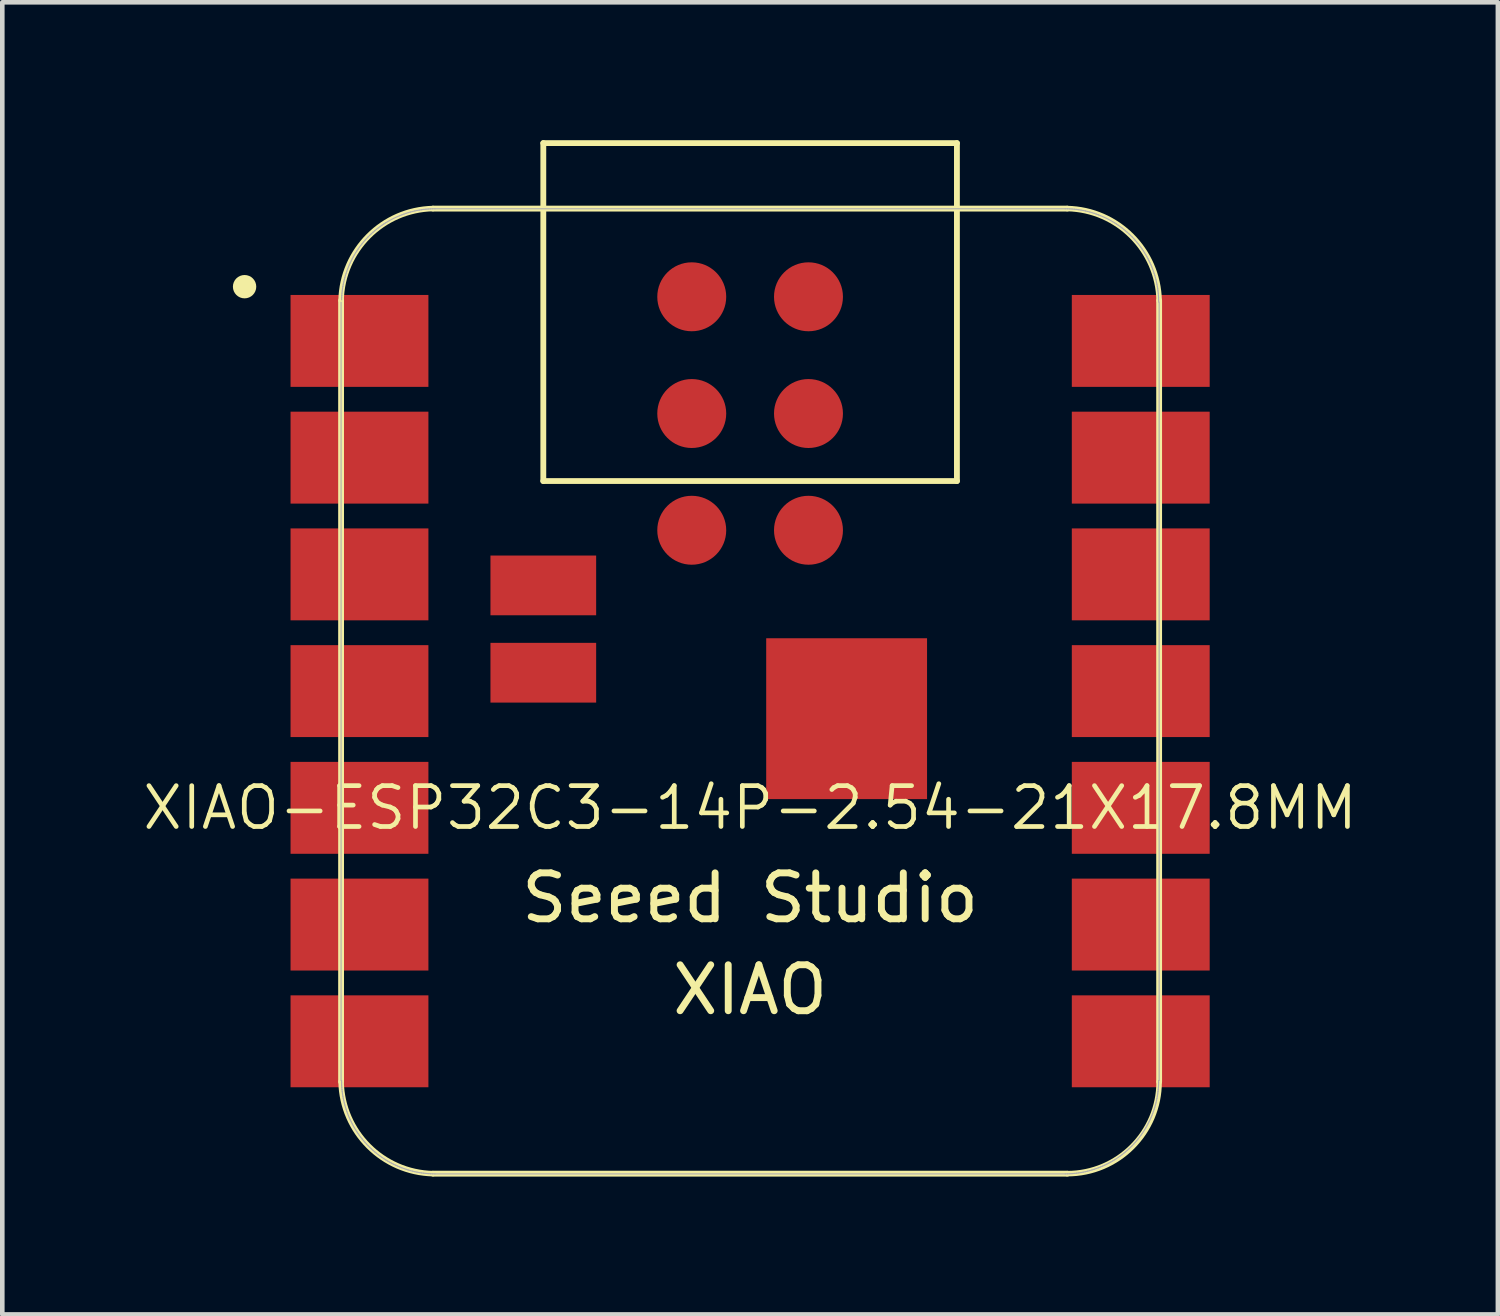
<source format=kicad_pcb>
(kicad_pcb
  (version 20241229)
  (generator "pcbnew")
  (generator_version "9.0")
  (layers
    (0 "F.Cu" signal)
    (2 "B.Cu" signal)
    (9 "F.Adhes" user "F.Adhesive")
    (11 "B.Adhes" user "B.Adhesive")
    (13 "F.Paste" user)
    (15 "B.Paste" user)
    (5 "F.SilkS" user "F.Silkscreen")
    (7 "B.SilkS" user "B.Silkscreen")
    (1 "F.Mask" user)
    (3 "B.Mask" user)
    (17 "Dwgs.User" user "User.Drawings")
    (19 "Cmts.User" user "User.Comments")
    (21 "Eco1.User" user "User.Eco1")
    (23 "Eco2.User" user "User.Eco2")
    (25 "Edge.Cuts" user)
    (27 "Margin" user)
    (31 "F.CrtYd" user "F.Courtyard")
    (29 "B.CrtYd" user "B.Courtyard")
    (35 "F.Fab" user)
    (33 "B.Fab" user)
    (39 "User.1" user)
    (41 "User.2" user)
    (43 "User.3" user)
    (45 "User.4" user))
  (footprint "XIAO-ESP32C3-14P-2.54-21X17.8MM"
    (layer "F.Cu")
    (at 13.272 11.988)
    (property "Reference" "XIAO-ESP32C3-14P-2.54-21X17.8MM" (at 0 2.54 0) (layer "F.SilkS") (effects (font (size 0.889 0.889) (thickness 0.102))))
    (attr smd)
    (fp_line (start -8.9 -8.5) (end -8.9 8.5) (stroke (width 0.127) (type solid)) (layer "F.SilkS"))
    (fp_line (start -6.9 10.5) (end 6.9 10.5) (stroke (width 0.127) (type solid)) (layer "F.SilkS"))
    (fp_line (start -4.5 -11.924) (end 4.5 -11.924) (stroke (width 0.127) (type solid)) (layer "F.SilkS"))
    (fp_line (start -4.5 -4.571) (end -4.5 -11.924) (stroke (width 0.127) (type solid)) (layer "F.SilkS"))
    (fp_line (start 4.5 -11.924) (end 4.5 -4.571) (stroke (width 0.127) (type solid)) (layer "F.SilkS"))
    (fp_line (start 4.5 -4.571) (end -4.5 -4.571) (stroke (width 0.127) (type solid)) (layer "F.SilkS"))
    (fp_line (start 6.9 -10.499) (end -6.9 -10.499) (stroke (width 0.127) (type solid)) (layer "F.SilkS"))
    (fp_line (start 8.9 8.5) (end 8.9 -8.5) (stroke (width 0.127) (type solid)) (layer "F.SilkS"))
    (fp_arc (start -8.9 -8.5) (mid -8.301491 -9.901491) (end -6.9 -10.5) (stroke (width 0.12) (type solid)) (layer "F.SilkS"))
    (fp_arc (start -6.9 10.5) (mid -8.301423 9.901423) (end -8.9 8.5) (stroke (width 0.12) (type solid)) (layer "F.SilkS"))
    (fp_arc (start 6.9 -10.5) (mid 8.301491 -9.901491) (end 8.9 -8.5) (stroke (width 0.12) (type solid)) (layer "F.SilkS"))
    (fp_arc (start 8.9 8.5) (mid 8.314214 9.914214) (end 6.9 10.5) (stroke (width 0.12) (type solid)) (layer "F.SilkS"))
    (fp_circle (center -11 -8.8) (end -11 -9.054) (stroke (width 0) (type solid)) (fill yes) (layer "F.SilkS"))
    (fp_poly (pts (xy -8.888 -8.562) (xy -8.885 -8.61) (xy -8.881 -8.659)) (stroke (width 0.025) (type solid)) (fill no) (layer "F.SilkS"))
    (fp_poly (pts (xy 8.889 8.522) (xy 8.888 8.571) (xy 8.885 8.62) (xy 8.881 8.669) (xy 8.875 8.717) (xy 8.869 8.766) (xy 8.861 8.815) (xy 8.852 8.863) (xy 8.842 8.911)) (stroke (width 0.025) (type solid)) (fill no) (layer "F.SilkS"))
    (fp_line (start -8.9 -8.463) (end -8.9 8.473) (stroke (width 0.025) (type solid)) (layer "F.Fab"))
    (fp_line (start -8.89 8.473) (end -8.889 8.522) (stroke (width 0.025) (type solid)) (layer "F.Fab"))
    (fp_line (start -8.889 8.522) (end -8.888 8.571) (stroke (width 0.025) (type solid)) (layer "F.Fab"))
    (fp_line (start -8.888 -8.562) (end -8.889 -8.512) (stroke (width 0.025) (type solid)) (layer "F.Fab"))
    (fp_line (start -8.888 8.571) (end -8.885 8.62) (stroke (width 0.025) (type solid)) (layer "F.Fab"))
    (fp_line (start -8.885 -8.61) (end -8.888 -8.562) (stroke (width 0.025) (type solid)) (layer "F.Fab"))
    (fp_line (start -8.885 8.62) (end -8.881 8.669) (stroke (width 0.025) (type solid)) (layer "F.Fab"))
    (fp_line (start -8.881 -8.659) (end -8.885 -8.61) (stroke (width 0.025) (type solid)) (layer "F.Fab"))
    (fp_line (start -8.881 8.669) (end -8.875 8.717) (stroke (width 0.025) (type solid)) (layer "F.Fab"))
    (fp_line (start -8.875 -8.708) (end -8.881 -8.659) (stroke (width 0.025) (type solid)) (layer "F.Fab"))
    (fp_line (start -8.875 8.717) (end -8.869 8.766) (stroke (width 0.025) (type solid)) (layer "F.Fab"))
    (fp_line (start -8.869 -8.757) (end -8.875 -8.708) (stroke (width 0.025) (type solid)) (layer "F.Fab"))
    (fp_line (start -8.869 8.766) (end -8.861 8.815) (stroke (width 0.025) (type solid)) (layer "F.Fab"))
    (fp_line (start -8.861 -8.806) (end -8.869 -8.757) (stroke (width 0.025) (type solid)) (layer "F.Fab"))
    (fp_line (start -8.861 8.815) (end -8.852 8.863) (stroke (width 0.025) (type solid)) (layer "F.Fab"))
    (fp_line (start -8.852 -8.854) (end -8.861 -8.806) (stroke (width 0.025) (type solid)) (layer "F.Fab"))
    (fp_line (start -8.852 8.863) (end -8.842 8.911) (stroke (width 0.025) (type solid)) (layer "F.Fab"))
    (fp_line (start -8.842 -8.902) (end -8.852 -8.854) (stroke (width 0.025) (type solid)) (layer "F.Fab"))
    (fp_line (start -8.842 8.911) (end -8.831 8.959) (stroke (width 0.025) (type solid)) (layer "F.Fab"))
    (fp_line (start -8.831 -8.95) (end -8.842 -8.902) (stroke (width 0.025) (type solid)) (layer "F.Fab"))
    (fp_line (start -8.831 8.959) (end -8.819 9.006) (stroke (width 0.025) (type solid)) (layer "F.Fab"))
    (fp_line (start -8.819 -8.997) (end -8.831 -8.95) (stroke (width 0.025) (type solid)) (layer "F.Fab"))
    (fp_line (start -8.819 9.006) (end -8.805 9.054) (stroke (width 0.025) (type solid)) (layer "F.Fab"))
    (fp_line (start -8.805 -9.045) (end -8.819 -8.997) (stroke (width 0.025) (type solid)) (layer "F.Fab"))
    (fp_line (start -8.805 9.054) (end -8.79 9.1) (stroke (width 0.025) (type solid)) (layer "F.Fab"))
    (fp_line (start -8.79 -9.091) (end -8.805 -9.045) (stroke (width 0.025) (type solid)) (layer "F.Fab"))
    (fp_line (start -8.79 9.1) (end -8.775 9.147) (stroke (width 0.025) (type solid)) (layer "F.Fab"))
    (fp_line (start -8.775 -9.138) (end -8.79 -9.091) (stroke (width 0.025) (type solid)) (layer "F.Fab"))
    (fp_line (start -8.775 9.147) (end -8.758 9.193) (stroke (width 0.025) (type solid)) (layer "F.Fab"))
    (fp_line (start -8.758 -9.184) (end -8.775 -9.138) (stroke (width 0.025) (type solid)) (layer "F.Fab"))
    (fp_line (start -8.758 9.193) (end -8.74 9.239) (stroke (width 0.025) (type solid)) (layer "F.Fab"))
    (fp_line (start -8.74 -9.23) (end -8.758 -9.184) (stroke (width 0.025) (type solid)) (layer "F.Fab"))
    (fp_line (start -8.74 9.239) (end -8.721 9.284) (stroke (width 0.025) (type solid)) (layer "F.Fab"))
    (fp_line (start -8.721 -9.275) (end -8.74 -9.23) (stroke (width 0.025) (type solid)) (layer "F.Fab"))
    (fp_line (start -8.721 9.284) (end -8.701 9.329) (stroke (width 0.025) (type solid)) (layer "F.Fab"))
    (fp_line (start -8.701 -9.32) (end -8.721 -9.275) (stroke (width 0.025) (type solid)) (layer "F.Fab"))
    (fp_line (start -8.701 9.329) (end -8.679 9.373) (stroke (width 0.025) (type solid)) (layer "F.Fab"))
    (fp_line (start -8.679 -9.364) (end -8.701 -9.32) (stroke (width 0.025) (type solid)) (layer "F.Fab"))
    (fp_line (start -8.679 9.373) (end -8.657 9.417) (stroke (width 0.025) (type solid)) (layer "F.Fab"))
    (fp_line (start -8.657 -9.408) (end -8.679 -9.364) (stroke (width 0.025) (type solid)) (layer "F.Fab"))
    (fp_line (start -8.657 9.417) (end -8.634 9.46) (stroke (width 0.025) (type solid)) (layer "F.Fab"))
    (fp_line (start -8.634 -9.451) (end -8.657 -9.408) (stroke (width 0.025) (type solid)) (layer "F.Fab"))
    (fp_line (start -8.634 9.46) (end -8.61 9.503) (stroke (width 0.025) (type solid)) (layer "F.Fab"))
    (fp_line (start -8.61 -9.494) (end -8.634 -9.451) (stroke (width 0.025) (type solid)) (layer "F.Fab"))
    (fp_line (start -8.61 9.503) (end -8.584 9.545) (stroke (width 0.025) (type solid)) (layer "F.Fab"))
    (fp_line (start -8.584 -9.536) (end -8.61 -9.494) (stroke (width 0.025) (type solid)) (layer "F.Fab"))
    (fp_line (start -8.584 9.545) (end -8.558 9.586) (stroke (width 0.025) (type solid)) (layer "F.Fab"))
    (fp_line (start -8.558 -9.577) (end -8.584 -9.536) (stroke (width 0.025) (type solid)) (layer "F.Fab"))
    (fp_line (start -8.558 9.586) (end -8.53 9.627) (stroke (width 0.025) (type solid)) (layer "F.Fab"))
    (fp_line (start -8.53 -9.618) (end -8.558 -9.577) (stroke (width 0.025) (type solid)) (layer "F.Fab"))
    (fp_line (start -8.53 9.627) (end -8.502 9.667) (stroke (width 0.025) (type solid)) (layer "F.Fab"))
    (fp_line (start -8.502 -9.658) (end -8.53 -9.618) (stroke (width 0.025) (type solid)) (layer "F.Fab"))
    (fp_line (start -8.502 9.667) (end -8.473 9.706) (stroke (width 0.025) (type solid)) (layer "F.Fab"))
    (fp_line (start -8.473 -9.697) (end -8.502 -9.658) (stroke (width 0.025) (type solid)) (layer "F.Fab"))
    (fp_line (start -8.473 9.706) (end -8.442 9.745) (stroke (width 0.025) (type solid)) (layer "F.Fab"))
    (fp_line (start -8.442 -9.736) (end -8.473 -9.697) (stroke (width 0.025) (type solid)) (layer "F.Fab"))
    (fp_line (start -8.442 9.745) (end -8.411 9.783) (stroke (width 0.025) (type solid)) (layer "F.Fab"))
    (fp_line (start -8.411 -9.774) (end -8.442 -9.736) (stroke (width 0.025) (type solid)) (layer "F.Fab"))
    (fp_line (start -8.411 9.783) (end -8.379 9.82) (stroke (width 0.025) (type solid)) (layer "F.Fab"))
    (fp_line (start -8.379 -9.811) (end -8.411 -9.774) (stroke (width 0.025) (type solid)) (layer "F.Fab"))
    (fp_line (start -8.379 9.82) (end -8.346 9.856) (stroke (width 0.025) (type solid)) (layer "F.Fab"))
    (fp_line (start -8.346 -9.847) (end -8.379 -9.811) (stroke (width 0.025) (type solid)) (layer "F.Fab"))
    (fp_line (start -8.346 9.856) (end -8.312 9.892) (stroke (width 0.025) (type solid)) (layer "F.Fab"))
    (fp_line (start -8.312 -9.883) (end -8.346 -9.847) (stroke (width 0.025) (type solid)) (layer "F.Fab"))
    (fp_line (start -8.312 9.892) (end -8.277 9.927) (stroke (width 0.025) (type solid)) (layer "F.Fab"))
    (fp_line (start -8.277 -9.918) (end -8.312 -9.883) (stroke (width 0.025) (type solid)) (layer "F.Fab"))
    (fp_line (start -8.277 9.927) (end -8.242 9.96) (stroke (width 0.025) (type solid)) (layer "F.Fab"))
    (fp_line (start -8.242 -9.951) (end -8.277 -9.918) (stroke (width 0.025) (type solid)) (layer "F.Fab"))
    (fp_line (start -8.242 9.96) (end -8.205 9.994) (stroke (width 0.025) (type solid)) (layer "F.Fab"))
    (fp_line (start -8.205 -9.984) (end -8.242 -9.951) (stroke (width 0.025) (type solid)) (layer "F.Fab"))
    (fp_line (start -8.205 9.994) (end -8.168 10.026) (stroke (width 0.025) (type solid)) (layer "F.Fab"))
    (fp_line (start -8.168 -10.017) (end -8.205 -9.984) (stroke (width 0.025) (type solid)) (layer "F.Fab"))
    (fp_line (start -8.168 10.026) (end -8.13 10.057) (stroke (width 0.025) (type solid)) (layer "F.Fab"))
    (fp_line (start -8.13 -10.048) (end -8.168 -10.017) (stroke (width 0.025) (type solid)) (layer "F.Fab"))
    (fp_line (start -8.13 10.057) (end -8.092 10.087) (stroke (width 0.025) (type solid)) (layer "F.Fab"))
    (fp_line (start -8.092 -10.078) (end -8.13 -10.048) (stroke (width 0.025) (type solid)) (layer "F.Fab"))
    (fp_line (start -8.092 10.087) (end -8.052 10.116) (stroke (width 0.025) (type solid)) (layer "F.Fab"))
    (fp_line (start -8.052 -10.107) (end -8.092 -10.078) (stroke (width 0.025) (type solid)) (layer "F.Fab"))
    (fp_line (start -8.052 10.116) (end -8.012 10.145) (stroke (width 0.025) (type solid)) (layer "F.Fab"))
    (fp_line (start -8.012 -10.136) (end -8.052 -10.107) (stroke (width 0.025) (type solid)) (layer "F.Fab"))
    (fp_line (start -8.012 10.145) (end -7.972 10.172) (stroke (width 0.025) (type solid)) (layer "F.Fab"))
    (fp_line (start -7.972 -10.163) (end -8.012 -10.136) (stroke (width 0.025) (type solid)) (layer "F.Fab"))
    (fp_line (start -7.972 10.172) (end -7.93 10.199) (stroke (width 0.025) (type solid)) (layer "F.Fab"))
    (fp_line (start -7.93 -10.19) (end -7.972 -10.163) (stroke (width 0.025) (type solid)) (layer "F.Fab"))
    (fp_line (start -7.93 10.199) (end -7.888 10.224) (stroke (width 0.025) (type solid)) (layer "F.Fab"))
    (fp_line (start -7.888 -10.215) (end -7.93 -10.19) (stroke (width 0.025) (type solid)) (layer "F.Fab"))
    (fp_line (start -7.888 10.224) (end -7.846 10.249) (stroke (width 0.025) (type solid)) (layer "F.Fab"))
    (fp_line (start -7.846 -10.239) (end -7.888 -10.215) (stroke (width 0.025) (type solid)) (layer "F.Fab"))
    (fp_line (start -7.846 10.249) (end -7.802 10.272) (stroke (width 0.025) (type solid)) (layer "F.Fab"))
    (fp_line (start -7.802 -10.263) (end -7.846 -10.239) (stroke (width 0.025) (type solid)) (layer "F.Fab"))
    (fp_line (start -7.802 10.272) (end -7.759 10.294) (stroke (width 0.025) (type solid)) (layer "F.Fab"))
    (fp_line (start -7.759 -10.285) (end -7.802 -10.263) (stroke (width 0.025) (type solid)) (layer "F.Fab"))
    (fp_line (start -7.759 10.294) (end -7.714 10.315) (stroke (width 0.025) (type solid)) (layer "F.Fab"))
    (fp_line (start -7.714 -10.306) (end -7.759 -10.285) (stroke (width 0.025) (type solid)) (layer "F.Fab"))
    (fp_line (start -7.714 10.315) (end -7.67 10.335) (stroke (width 0.025) (type solid)) (layer "F.Fab"))
    (fp_line (start -7.67 -10.326) (end -7.714 -10.306) (stroke (width 0.025) (type solid)) (layer "F.Fab"))
    (fp_line (start -7.67 10.335) (end -7.624 10.354) (stroke (width 0.025) (type solid)) (layer "F.Fab"))
    (fp_line (start -7.624 -10.345) (end -7.67 -10.326) (stroke (width 0.025) (type solid)) (layer "F.Fab"))
    (fp_line (start -7.624 10.354) (end -7.579 10.372) (stroke (width 0.025) (type solid)) (layer "F.Fab"))
    (fp_line (start -7.579 -10.363) (end -7.624 -10.345) (stroke (width 0.025) (type solid)) (layer "F.Fab"))
    (fp_line (start -7.579 10.372) (end -7.532 10.389) (stroke (width 0.025) (type solid)) (layer "F.Fab"))
    (fp_line (start -7.532 -10.38) (end -7.579 -10.363) (stroke (width 0.025) (type solid)) (layer "F.Fab"))
    (fp_line (start -7.532 10.389) (end -7.486 10.405) (stroke (width 0.025) (type solid)) (layer "F.Fab"))
    (fp_line (start -7.486 -10.396) (end -7.532 -10.38) (stroke (width 0.025) (type solid)) (layer "F.Fab"))
    (fp_line (start -7.486 10.405) (end -7.439 10.42) (stroke (width 0.025) (type solid)) (layer "F.Fab"))
    (fp_line (start -7.439 -10.411) (end -7.486 -10.396) (stroke (width 0.025) (type solid)) (layer "F.Fab"))
    (fp_line (start -7.439 10.42) (end -7.392 10.433) (stroke (width 0.025) (type solid)) (layer "F.Fab"))
    (fp_line (start -7.392 -10.424) (end -7.439 -10.411) (stroke (width 0.025) (type solid)) (layer "F.Fab"))
    (fp_line (start -7.392 10.433) (end -7.344 10.446) (stroke (width 0.025) (type solid)) (layer "F.Fab"))
    (fp_line (start -7.344 -10.436) (end -7.392 -10.424) (stroke (width 0.025) (type solid)) (layer "F.Fab"))
    (fp_line (start -7.344 10.446) (end -7.296 10.457) (stroke (width 0.025) (type solid)) (layer "F.Fab"))
    (fp_line (start -7.296 -10.448) (end -7.344 -10.436) (stroke (width 0.025) (type solid)) (layer "F.Fab"))
    (fp_line (start -7.296 10.457) (end -7.248 10.467) (stroke (width 0.025) (type solid)) (layer "F.Fab"))
    (fp_line (start -7.248 -10.458) (end -7.296 -10.448) (stroke (width 0.025) (type solid)) (layer "F.Fab"))
    (fp_line (start -7.248 10.467) (end -7.2 10.476) (stroke (width 0.025) (type solid)) (layer "F.Fab"))
    (fp_line (start -7.2 -10.466) (end -7.248 -10.458) (stroke (width 0.025) (type solid)) (layer "F.Fab"))
    (fp_line (start -7.2 10.476) (end -7.152 10.483) (stroke (width 0.025) (type solid)) (layer "F.Fab"))
    (fp_line (start -7.152 -10.474) (end -7.2 -10.466) (stroke (width 0.025) (type solid)) (layer "F.Fab"))
    (fp_line (start -7.152 10.483) (end -7.103 10.49) (stroke (width 0.025) (type solid)) (layer "F.Fab"))
    (fp_line (start -7.103 -10.481) (end -7.152 -10.474) (stroke (width 0.025) (type solid)) (layer "F.Fab"))
    (fp_line (start -7.103 10.49) (end -7.054 10.495) (stroke (width 0.025) (type solid)) (layer "F.Fab"))
    (fp_line (start -7.054 -10.486) (end -7.103 -10.481) (stroke (width 0.025) (type solid)) (layer "F.Fab"))
    (fp_line (start -7.054 10.495) (end -7.005 10.499) (stroke (width 0.025) (type solid)) (layer "F.Fab"))
    (fp_line (start -7.005 -10.49) (end -7.054 -10.486) (stroke (width 0.025) (type solid)) (layer "F.Fab"))
    (fp_line (start -7.005 10.499) (end -6.956 10.502) (stroke (width 0.025) (type solid)) (layer "F.Fab"))
    (fp_line (start -6.956 -10.493) (end -7.005 -10.49) (stroke (width 0.025) (type solid)) (layer "F.Fab"))
    (fp_line (start -6.956 10.502) (end -6.907 10.504) (stroke (width 0.025) (type solid)) (layer "F.Fab"))
    (fp_line (start -6.907 -10.495) (end -6.956 -10.493) (stroke (width 0.025) (type solid)) (layer "F.Fab"))
    (fp_line (start -6.907 10.504) (end -6.858 10.505) (stroke (width 0.025) (type solid)) (layer "F.Fab"))
    (fp_line (start -6.858 -10.495) (end -6.907 -10.495) (stroke (width 0.025) (type solid)) (layer "F.Fab"))
    (fp_line (start -6.858 10.505) (end 6.858 10.505) (stroke (width 0.025) (type solid)) (layer "F.Fab"))
    (fp_line (start 6.858 -10.495) (end -6.858 -10.495) (stroke (width 0.025) (type solid)) (layer "F.Fab"))
    (fp_line (start 6.858 10.505) (end 6.907 10.504) (stroke (width 0.025) (type solid)) (layer "F.Fab"))
    (fp_line (start 6.907 -10.495) (end 6.858 -10.495) (stroke (width 0.025) (type solid)) (layer "F.Fab"))
    (fp_line (start 6.907 10.504) (end 6.956 10.502) (stroke (width 0.025) (type solid)) (layer "F.Fab"))
    (fp_line (start 6.956 -10.493) (end 6.907 -10.495) (stroke (width 0.025) (type solid)) (layer "F.Fab"))
    (fp_line (start 6.956 10.502) (end 7.005 10.499) (stroke (width 0.025) (type solid)) (layer "F.Fab"))
    (fp_line (start 7.005 -10.49) (end 6.956 -10.493) (stroke (width 0.025) (type solid)) (layer "F.Fab"))
    (fp_line (start 7.005 10.499) (end 7.054 10.495) (stroke (width 0.025) (type solid)) (layer "F.Fab"))
    (fp_line (start 7.054 -10.486) (end 7.005 -10.49) (stroke (width 0.025) (type solid)) (layer "F.Fab"))
    (fp_line (start 7.054 10.495) (end 7.103 10.49) (stroke (width 0.025) (type solid)) (layer "F.Fab"))
    (fp_line (start 7.103 -10.481) (end 7.054 -10.486) (stroke (width 0.025) (type solid)) (layer "F.Fab"))
    (fp_line (start 7.103 10.49) (end 7.152 10.483) (stroke (width 0.025) (type solid)) (layer "F.Fab"))
    (fp_line (start 7.152 -10.474) (end 7.103 -10.481) (stroke (width 0.025) (type solid)) (layer "F.Fab"))
    (fp_line (start 7.152 10.483) (end 7.2 10.476) (stroke (width 0.025) (type solid)) (layer "F.Fab"))
    (fp_line (start 7.2 -10.466) (end 7.152 -10.474) (stroke (width 0.025) (type solid)) (layer "F.Fab"))
    (fp_line (start 7.2 10.476) (end 7.248 10.467) (stroke (width 0.025) (type solid)) (layer "F.Fab"))
    (fp_line (start 7.248 -10.458) (end 7.2 -10.466) (stroke (width 0.025) (type solid)) (layer "F.Fab"))
    (fp_line (start 7.248 10.467) (end 7.296 10.457) (stroke (width 0.025) (type solid)) (layer "F.Fab"))
    (fp_line (start 7.296 -10.448) (end 7.248 -10.458) (stroke (width 0.025) (type solid)) (layer "F.Fab"))
    (fp_line (start 7.296 10.457) (end 7.344 10.446) (stroke (width 0.025) (type solid)) (layer "F.Fab"))
    (fp_line (start 7.344 -10.436) (end 7.296 -10.448) (stroke (width 0.025) (type solid)) (layer "F.Fab"))
    (fp_line (start 7.344 10.446) (end 7.392 10.433) (stroke (width 0.025) (type solid)) (layer "F.Fab"))
    (fp_line (start 7.392 -10.424) (end 7.344 -10.436) (stroke (width 0.025) (type solid)) (layer "F.Fab"))
    (fp_line (start 7.392 10.433) (end 7.439 10.42) (stroke (width 0.025) (type solid)) (layer "F.Fab"))
    (fp_line (start 7.439 -10.411) (end 7.392 -10.424) (stroke (width 0.025) (type solid)) (layer "F.Fab"))
    (fp_line (start 7.439 10.42) (end 7.486 10.405) (stroke (width 0.025) (type solid)) (layer "F.Fab"))
    (fp_line (start 7.486 -10.396) (end 7.439 -10.411) (stroke (width 0.025) (type solid)) (layer "F.Fab"))
    (fp_line (start 7.486 10.405) (end 7.532 10.389) (stroke (width 0.025) (type solid)) (layer "F.Fab"))
    (fp_line (start 7.532 -10.38) (end 7.486 -10.396) (stroke (width 0.025) (type solid)) (layer "F.Fab"))
    (fp_line (start 7.532 10.389) (end 7.579 10.372) (stroke (width 0.025) (type solid)) (layer "F.Fab"))
    (fp_line (start 7.579 -10.363) (end 7.532 -10.38) (stroke (width 0.025) (type solid)) (layer "F.Fab"))
    (fp_line (start 7.579 10.372) (end 7.624 10.354) (stroke (width 0.025) (type solid)) (layer "F.Fab"))
    (fp_line (start 7.624 -10.345) (end 7.579 -10.363) (stroke (width 0.025) (type solid)) (layer "F.Fab"))
    (fp_line (start 7.624 10.354) (end 7.67 10.335) (stroke (width 0.025) (type solid)) (layer "F.Fab"))
    (fp_line (start 7.67 -10.326) (end 7.624 -10.345) (stroke (width 0.025) (type solid)) (layer "F.Fab"))
    (fp_line (start 7.67 10.335) (end 7.714 10.315) (stroke (width 0.025) (type solid)) (layer "F.Fab"))
    (fp_line (start 7.714 -10.306) (end 7.67 -10.326) (stroke (width 0.025) (type solid)) (layer "F.Fab"))
    (fp_line (start 7.714 10.315) (end 7.759 10.294) (stroke (width 0.025) (type solid)) (layer "F.Fab"))
    (fp_line (start 7.759 -10.285) (end 7.714 -10.306) (stroke (width 0.025) (type solid)) (layer "F.Fab"))
    (fp_line (start 7.759 10.294) (end 7.802 10.272) (stroke (width 0.025) (type solid)) (layer "F.Fab"))
    (fp_line (start 7.802 -10.263) (end 7.759 -10.285) (stroke (width 0.025) (type solid)) (layer "F.Fab"))
    (fp_line (start 7.802 10.272) (end 7.846 10.249) (stroke (width 0.025) (type solid)) (layer "F.Fab"))
    (fp_line (start 7.846 -10.239) (end 7.802 -10.263) (stroke (width 0.025) (type solid)) (layer "F.Fab"))
    (fp_line (start 7.846 10.249) (end 7.888 10.224) (stroke (width 0.025) (type solid)) (layer "F.Fab"))
    (fp_line (start 7.888 -10.215) (end 7.846 -10.239) (stroke (width 0.025) (type solid)) (layer "F.Fab"))
    (fp_line (start 7.888 10.224) (end 7.93 10.199) (stroke (width 0.025) (type solid)) (layer "F.Fab"))
    (fp_line (start 7.93 -10.19) (end 7.888 -10.215) (stroke (width 0.025) (type solid)) (layer "F.Fab"))
    (fp_line (start 7.93 10.199) (end 7.972 10.172) (stroke (width 0.025) (type solid)) (layer "F.Fab"))
    (fp_line (start 7.972 -10.163) (end 7.93 -10.19) (stroke (width 0.025) (type solid)) (layer "F.Fab"))
    (fp_line (start 7.972 10.172) (end 8.012 10.145) (stroke (width 0.025) (type solid)) (layer "F.Fab"))
    (fp_line (start 8.012 -10.136) (end 7.972 -10.163) (stroke (width 0.025) (type solid)) (layer "F.Fab"))
    (fp_line (start 8.012 10.145) (end 8.052 10.116) (stroke (width 0.025) (type solid)) (layer "F.Fab"))
    (fp_line (start 8.052 -10.107) (end 8.012 -10.136) (stroke (width 0.025) (type solid)) (layer "F.Fab"))
    (fp_line (start 8.052 10.116) (end 8.092 10.087) (stroke (width 0.025) (type solid)) (layer "F.Fab"))
    (fp_line (start 8.092 -10.078) (end 8.052 -10.107) (stroke (width 0.025) (type solid)) (layer "F.Fab"))
    (fp_line (start 8.092 10.087) (end 8.13 10.057) (stroke (width 0.025) (type solid)) (layer "F.Fab"))
    (fp_line (start 8.13 -10.048) (end 8.092 -10.078) (stroke (width 0.025) (type solid)) (layer "F.Fab"))
    (fp_line (start 8.13 10.057) (end 8.168 10.026) (stroke (width 0.025) (type solid)) (layer "F.Fab"))
    (fp_line (start 8.168 -10.017) (end 8.13 -10.048) (stroke (width 0.025) (type solid)) (layer "F.Fab"))
    (fp_line (start 8.168 10.026) (end 8.205 9.994) (stroke (width 0.025) (type solid)) (layer "F.Fab"))
    (fp_line (start 8.205 -9.984) (end 8.168 -10.017) (stroke (width 0.025) (type solid)) (layer "F.Fab"))
    (fp_line (start 8.205 9.994) (end 8.242 9.96) (stroke (width 0.025) (type solid)) (layer "F.Fab"))
    (fp_line (start 8.242 -9.951) (end 8.205 -9.984) (stroke (width 0.025) (type solid)) (layer "F.Fab"))
    (fp_line (start 8.242 9.96) (end 8.277 9.927) (stroke (width 0.025) (type solid)) (layer "F.Fab"))
    (fp_line (start 8.277 -9.918) (end 8.242 -9.951) (stroke (width 0.025) (type solid)) (layer "F.Fab"))
    (fp_line (start 8.277 9.927) (end 8.312 9.892) (stroke (width 0.025) (type solid)) (layer "F.Fab"))
    (fp_line (start 8.312 -9.883) (end 8.277 -9.918) (stroke (width 0.025) (type solid)) (layer "F.Fab"))
    (fp_line (start 8.312 9.892) (end 8.346 9.856) (stroke (width 0.025) (type solid)) (layer "F.Fab"))
    (fp_line (start 8.346 -9.847) (end 8.312 -9.883) (stroke (width 0.025) (type solid)) (layer "F.Fab"))
    (fp_line (start 8.346 9.856) (end 8.379 9.82) (stroke (width 0.025) (type solid)) (layer "F.Fab"))
    (fp_line (start 8.379 -9.811) (end 8.346 -9.847) (stroke (width 0.025) (type solid)) (layer "F.Fab"))
    (fp_line (start 8.379 9.82) (end 8.411 9.783) (stroke (width 0.025) (type solid)) (layer "F.Fab"))
    (fp_line (start 8.411 -9.774) (end 8.379 -9.811) (stroke (width 0.025) (type solid)) (layer "F.Fab"))
    (fp_line (start 8.411 9.783) (end 8.442 9.745) (stroke (width 0.025) (type solid)) (layer "F.Fab"))
    (fp_line (start 8.442 -9.736) (end 8.411 -9.774) (stroke (width 0.025) (type solid)) (layer "F.Fab"))
    (fp_line (start 8.442 9.745) (end 8.473 9.706) (stroke (width 0.025) (type solid)) (layer "F.Fab"))
    (fp_line (start 8.473 -9.697) (end 8.442 -9.736) (stroke (width 0.025) (type solid)) (layer "F.Fab"))
    (fp_line (start 8.473 9.706) (end 8.502 9.667) (stroke (width 0.025) (type solid)) (layer "F.Fab"))
    (fp_line (start 8.502 -9.658) (end 8.473 -9.697) (stroke (width 0.025) (type solid)) (layer "F.Fab"))
    (fp_line (start 8.502 9.667) (end 8.53 9.627) (stroke (width 0.025) (type solid)) (layer "F.Fab"))
    (fp_line (start 8.53 -9.618) (end 8.502 -9.658) (stroke (width 0.025) (type solid)) (layer "F.Fab"))
    (fp_line (start 8.53 9.627) (end 8.558 9.586) (stroke (width 0.025) (type solid)) (layer "F.Fab"))
    (fp_line (start 8.558 -9.577) (end 8.53 -9.618) (stroke (width 0.025) (type solid)) (layer "F.Fab"))
    (fp_line (start 8.558 9.586) (end 8.584 9.545) (stroke (width 0.025) (type solid)) (layer "F.Fab"))
    (fp_line (start 8.584 -9.536) (end 8.558 -9.577) (stroke (width 0.025) (type solid)) (layer "F.Fab"))
    (fp_line (start 8.584 9.545) (end 8.61 9.503) (stroke (width 0.025) (type solid)) (layer "F.Fab"))
    (fp_line (start 8.61 -9.494) (end 8.584 -9.536) (stroke (width 0.025) (type solid)) (layer "F.Fab"))
    (fp_line (start 8.61 9.503) (end 8.634 9.46) (stroke (width 0.025) (type solid)) (layer "F.Fab"))
    (fp_line (start 8.634 -9.451) (end 8.61 -9.494) (stroke (width 0.025) (type solid)) (layer "F.Fab"))
    (fp_line (start 8.634 9.46) (end 8.657 9.417) (stroke (width 0.025) (type solid)) (layer "F.Fab"))
    (fp_line (start 8.657 -9.408) (end 8.634 -9.451) (stroke (width 0.025) (type solid)) (layer "F.Fab"))
    (fp_line (start 8.657 9.417) (end 8.679 9.373) (stroke (width 0.025) (type solid)) (layer "F.Fab"))
    (fp_line (start 8.679 -9.364) (end 8.657 -9.408) (stroke (width 0.025) (type solid)) (layer "F.Fab"))
    (fp_line (start 8.679 9.373) (end 8.701 9.329) (stroke (width 0.025) (type solid)) (layer "F.Fab"))
    (fp_line (start 8.701 -9.32) (end 8.679 -9.364) (stroke (width 0.025) (type solid)) (layer "F.Fab"))
    (fp_line (start 8.701 9.329) (end 8.721 9.284) (stroke (width 0.025) (type solid)) (layer "F.Fab"))
    (fp_line (start 8.721 -9.275) (end 8.701 -9.32) (stroke (width 0.025) (type solid)) (layer "F.Fab"))
    (fp_line (start 8.721 9.284) (end 8.74 9.239) (stroke (width 0.025) (type solid)) (layer "F.Fab"))
    (fp_line (start 8.74 -9.23) (end 8.721 -9.275) (stroke (width 0.025) (type solid)) (layer "F.Fab"))
    (fp_line (start 8.74 9.239) (end 8.758 9.193) (stroke (width 0.025) (type solid)) (layer "F.Fab"))
    (fp_line (start 8.758 -9.184) (end 8.74 -9.23) (stroke (width 0.025) (type solid)) (layer "F.Fab"))
    (fp_line (start 8.758 9.193) (end 8.775 9.147) (stroke (width 0.025) (type solid)) (layer "F.Fab"))
    (fp_line (start 8.775 -9.138) (end 8.758 -9.184) (stroke (width 0.025) (type solid)) (layer "F.Fab"))
    (fp_line (start 8.775 9.147) (end 8.79 9.1) (stroke (width 0.025) (type solid)) (layer "F.Fab"))
    (fp_line (start 8.79 -9.091) (end 8.775 -9.138) (stroke (width 0.025) (type solid)) (layer "F.Fab"))
    (fp_line (start 8.79 9.1) (end 8.805 9.054) (stroke (width 0.025) (type solid)) (layer "F.Fab"))
    (fp_line (start 8.805 -9.045) (end 8.79 -9.091) (stroke (width 0.025) (type solid)) (layer "F.Fab"))
    (fp_line (start 8.805 9.054) (end 8.819 9.006) (stroke (width 0.025) (type solid)) (layer "F.Fab"))
    (fp_line (start 8.819 -8.997) (end 8.805 -9.045) (stroke (width 0.025) (type solid)) (layer "F.Fab"))
    (fp_line (start 8.819 9.006) (end 8.831 8.959) (stroke (width 0.025) (type solid)) (layer "F.Fab"))
    (fp_line (start 8.831 -8.95) (end 8.819 -8.997) (stroke (width 0.025) (type solid)) (layer "F.Fab"))
    (fp_line (start 8.831 8.959) (end 8.842 8.911) (stroke (width 0.025) (type solid)) (layer "F.Fab"))
    (fp_line (start 8.842 -8.902) (end 8.831 -8.95) (stroke (width 0.025) (type solid)) (layer "F.Fab"))
    (fp_line (start 8.842 8.911) (end 8.852 8.863) (stroke (width 0.025) (type solid)) (layer "F.Fab"))
    (fp_line (start 8.852 -8.854) (end 8.842 -8.902) (stroke (width 0.025) (type solid)) (layer "F.Fab"))
    (fp_line (start 8.852 8.863) (end 8.861 8.815) (stroke (width 0.025) (type solid)) (layer "F.Fab"))
    (fp_line (start 8.861 -8.806) (end 8.852 -8.854) (stroke (width 0.025) (type solid)) (layer "F.Fab"))
    (fp_line (start 8.861 8.815) (end 8.869 8.766) (stroke (width 0.025) (type solid)) (layer "F.Fab"))
    (fp_line (start 8.869 -8.757) (end 8.861 -8.806) (stroke (width 0.025) (type solid)) (layer "F.Fab"))
    (fp_line (start 8.869 8.766) (end 8.875 8.717) (stroke (width 0.025) (type solid)) (layer "F.Fab"))
    (fp_line (start 8.875 -8.708) (end 8.869 -8.757) (stroke (width 0.025) (type solid)) (layer "F.Fab"))
    (fp_line (start 8.875 8.717) (end 8.881 8.669) (stroke (width 0.025) (type solid)) (layer "F.Fab"))
    (fp_line (start 8.881 -8.659) (end 8.875 -8.708) (stroke (width 0.025) (type solid)) (layer "F.Fab"))
    (fp_line (start 8.881 8.669) (end 8.885 8.62) (stroke (width 0.025) (type solid)) (layer "F.Fab"))
    (fp_line (start 8.885 -8.61) (end 8.881 -8.659) (stroke (width 0.025) (type solid)) (layer "F.Fab"))
    (fp_line (start 8.885 8.62) (end 8.888 8.571) (stroke (width 0.025) (type solid)) (layer "F.Fab"))
    (fp_line (start 8.888 -8.562) (end 8.885 -8.61) (stroke (width 0.025) (type solid)) (layer "F.Fab"))
    (fp_line (start 8.888 8.571) (end 8.889 8.522) (stroke (width 0.025) (type solid)) (layer "F.Fab"))
    (fp_line (start 8.889 -8.512) (end 8.888 -8.562) (stroke (width 0.025) (type solid)) (layer "F.Fab"))
    (fp_line (start 8.889 8.522) (end 8.89 8.473) (stroke (width 0.025) (type solid)) (layer "F.Fab"))
    (fp_line (start 8.89 -8.463) (end 8.889 -8.512) (stroke (width 0.025) (type solid)) (layer "F.Fab"))
    (fp_line (start 8.9 8.473) (end 8.9 -8.463) (stroke (width 0.025) (type solid)) (layer "F.Fab"))
    (fp_text user "Seeed Studio" (at 0 4.5 0) (unlocked yes) (layer "F.SilkS") (effects (font (size 1 1) (thickness 0.15))))
    (fp_text user "XIAO" (at 0 6.5 0) (unlocked yes) (layer "F.SilkS") (effects (font (size 1 1) (thickness 0.15))))
    (pad "1" smd rect (at -8.5 -7.62) (size 3 2) (layers "F.Cu" "F.Mask" "F.Paste"))
    (pad "2" smd rect (at -8.5 -5.08) (size 3 2) (layers "F.Cu" "F.Mask" "F.Paste"))
    (pad "3" smd rect (at -8.5 -2.54) (size 3 2) (layers "F.Cu" "F.Mask" "F.Paste"))
    (pad "4" smd rect (at -8.5 0) (size 3 2) (layers "F.Cu" "F.Mask" "F.Paste"))
    (pad "5" smd rect (at -8.5 2.54) (size 3 2) (layers "F.Cu" "F.Mask" "F.Paste"))
    (pad "6" smd rect (at -8.5 5.08 180) (size 3 2) (layers "F.Cu" "F.Mask" "F.Paste"))
    (pad "7" smd rect (at -8.5 7.62) (size 3 2) (layers "F.Cu" "F.Mask" "F.Paste"))
    (pad "8" smd rect (at 8.5 7.62) (size 3 2) (layers "F.Cu" "F.Mask" "F.Paste"))
    (pad "9" smd rect (at 8.5 5.08) (size 3 2) (layers "F.Cu" "F.Mask" "F.Paste"))
    (pad "10" smd rect (at 8.5 2.54) (size 3 2) (layers "F.Cu" "F.Mask" "F.Paste"))
    (pad "11" smd rect (at 8.5 0) (size 3 2) (layers "F.Cu" "F.Mask" "F.Paste"))
    (pad "12" smd rect (at 8.5 -2.54) (size 3 2) (layers "F.Cu" "F.Mask" "F.Paste"))
    (pad "13" smd rect (at 8.5 -5.08) (size 3 2) (layers "F.Cu" "F.Mask" "F.Paste"))
    (pad "14" smd rect (at 8.5 -7.62) (size 3 2) (layers "F.Cu" "F.Mask" "F.Paste"))
    (pad "15" smd circle (at -1.27 -8.58 90) (size 1.5 1.5) (layers "F.Cu" "F.Mask" "F.Paste"))
    (pad "16" smd circle (at 1.27 -8.58 90) (size 1.5 1.5) (layers "F.Cu" "F.Mask" "F.Paste"))
    (pad "17" smd circle (at -1.27 -6.04 90) (size 1.5 1.5) (layers "F.Cu" "F.Mask" "F.Paste"))
    (pad "18" smd circle (at 1.27 -6.04 90) (size 1.5 1.5) (layers "F.Cu" "F.Mask" "F.Paste"))
    (pad "19" smd circle (at -1.27 -3.5 90) (size 1.5 1.5) (layers "F.Cu" "F.Mask" "F.Paste"))
    (pad "20" smd circle (at 1.27 -3.5 90) (size 1.5 1.5) (layers "F.Cu" "F.Mask" "F.Paste"))
    (pad "21" smd rect (at -4.5 -2.3 180) (size 2.3 1.3) (layers "F.Cu" "F.Mask" "F.Paste"))
    (pad "22" smd rect (at -4.5 -0.4 180) (size 2.3 1.3) (layers "F.Cu" "F.Mask" "F.Paste"))
    (pad "23" smd rect (at 2.1 0.6 180) (size 3.5 3.5) (layers "F.Cu" "F.Mask" "F.Paste")))
  (gr_rect
    (start -3 -3)
    (end 29.543 25.551)
    (stroke (width 0.1) (type default))
    (fill no)
    (layer "Edge.Cuts")))
</source>
